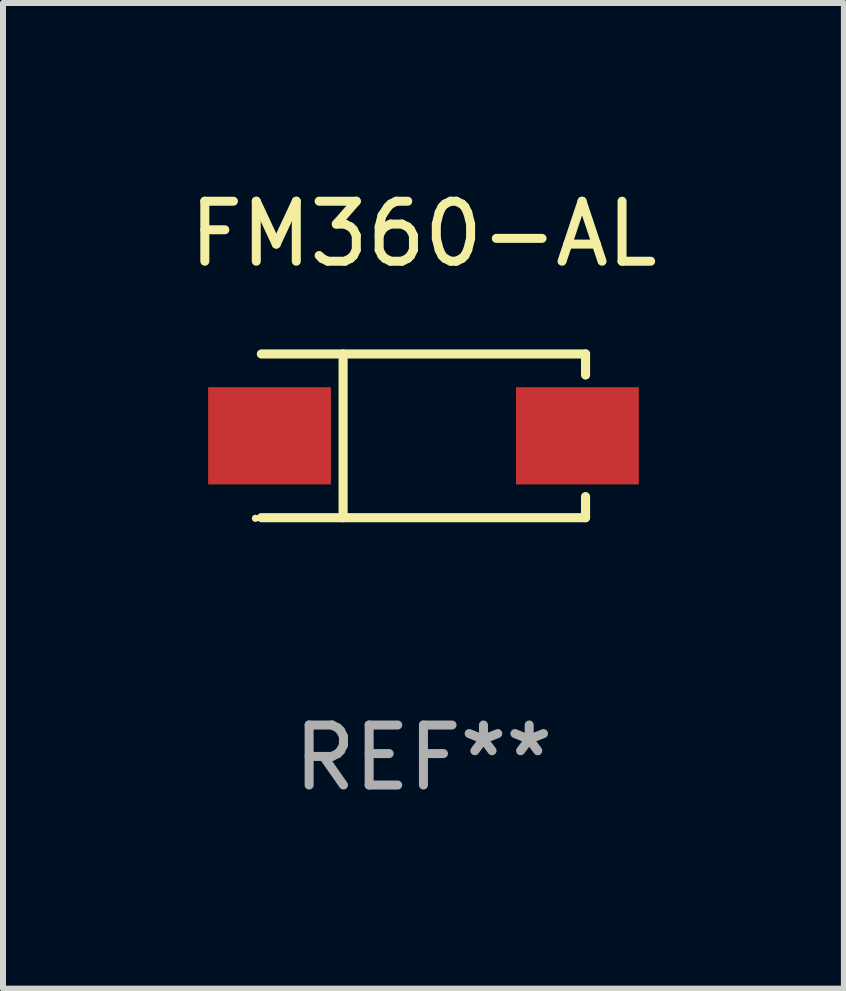
<source format=kicad_pcb>
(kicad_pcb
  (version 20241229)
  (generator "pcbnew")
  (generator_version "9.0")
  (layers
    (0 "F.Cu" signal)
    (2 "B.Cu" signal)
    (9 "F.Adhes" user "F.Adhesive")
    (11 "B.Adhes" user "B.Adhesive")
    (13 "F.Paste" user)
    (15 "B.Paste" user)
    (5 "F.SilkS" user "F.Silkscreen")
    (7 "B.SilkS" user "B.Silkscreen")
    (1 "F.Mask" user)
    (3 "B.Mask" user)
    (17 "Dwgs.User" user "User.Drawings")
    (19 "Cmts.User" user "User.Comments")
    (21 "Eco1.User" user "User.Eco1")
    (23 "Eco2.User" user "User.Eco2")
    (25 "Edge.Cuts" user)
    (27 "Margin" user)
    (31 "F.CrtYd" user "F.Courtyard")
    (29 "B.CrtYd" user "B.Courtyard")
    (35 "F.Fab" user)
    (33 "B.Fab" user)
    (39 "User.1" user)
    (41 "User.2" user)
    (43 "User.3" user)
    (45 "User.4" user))
  (footprint "FM360-AL"
    (layer "F.Cu")
    (at 4.006 4.212)
    (property "Reference" "FM360-AL" (at 0 -3.364 0) (layer "F.SilkS") (effects (font (size 1 1) (thickness 0.15))))
    (attr through_hole)
    (fp_line (start -2.701 -1.364) (end 2.701 -1.364) (stroke (width 0.152) (type solid)) (layer "F.SilkS"))
    (fp_line (start -2.701 1.364) (end 2.701 1.364) (stroke (width 0.152) (type solid)) (layer "F.SilkS"))
    (fp_line (start -1.339 -1.364) (end -1.339 1.364) (stroke (width 0.152) (type solid)) (layer "F.SilkS"))
    (fp_line (start 2.701 -1.364) (end 2.701 -1.013) (stroke (width 0.152) (type solid)) (layer "F.SilkS"))
    (fp_line (start 2.701 1.364) (end 2.701 1.013) (stroke (width 0.152) (type solid)) (layer "F.SilkS"))
    (fp_circle (center -2.8 1.375) (end -2.77 1.375) (stroke (width 0.06) (type solid)) (fill no) (layer "F.SilkS"))
    (fp_text user "REF**" (at 0 5.364 0) (layer "F.Fab") (effects (font (size 1 1) (thickness 0.15))))
    (pad "1" smd rect (at -2.565 -0.000025) (size 2.046 1.62) (layers "F.Cu" "F.Mask" "F.Paste"))
    (pad "2" smd rect (at 2.565 -0.000025) (size 2.046 1.62) (layers "F.Cu" "F.Mask" "F.Paste")))
  (gr_rect
    (start -3 -3)
    (end 11.012 13.424)
    (stroke (width 0.1) (type default))
    (fill no)
    (layer "Edge.Cuts")))
</source>
